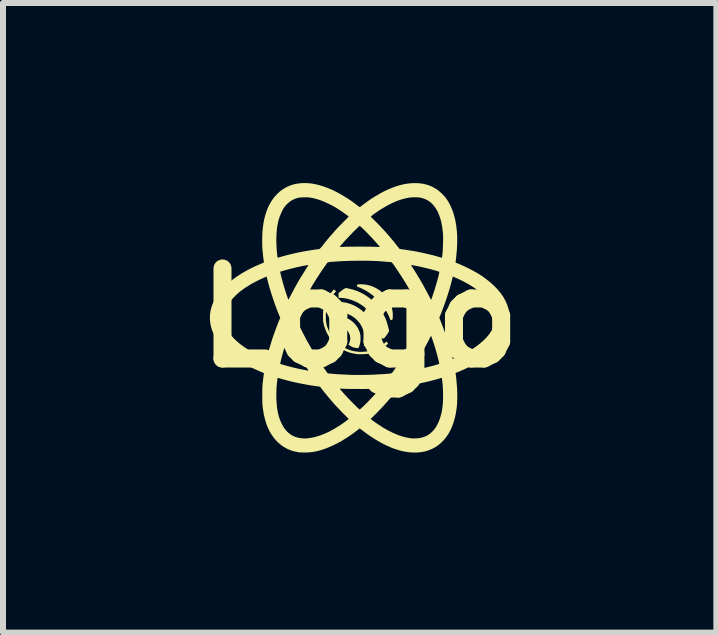
<source format=kicad_pcb>
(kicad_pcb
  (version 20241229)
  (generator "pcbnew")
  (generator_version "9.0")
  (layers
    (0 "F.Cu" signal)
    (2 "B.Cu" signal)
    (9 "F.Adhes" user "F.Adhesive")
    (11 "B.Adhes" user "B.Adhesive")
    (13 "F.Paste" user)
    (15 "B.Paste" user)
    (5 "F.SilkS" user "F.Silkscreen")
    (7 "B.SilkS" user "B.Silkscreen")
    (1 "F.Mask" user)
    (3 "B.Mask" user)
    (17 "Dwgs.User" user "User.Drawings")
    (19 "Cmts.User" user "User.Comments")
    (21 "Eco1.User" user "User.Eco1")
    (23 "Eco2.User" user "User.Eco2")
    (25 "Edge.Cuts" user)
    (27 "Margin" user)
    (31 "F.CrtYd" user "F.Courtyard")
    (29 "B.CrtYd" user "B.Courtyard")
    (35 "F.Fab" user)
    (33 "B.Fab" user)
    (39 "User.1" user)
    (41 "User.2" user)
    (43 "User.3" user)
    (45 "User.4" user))
  (footprint "Logo"
    (layer "F.Cu")
    (at 2.943 2.245)
    (property "Reference" "Logo" (at 0 0 0) (layer "F.SilkS") (effects (font (size 1.5 1.5) (thickness 0.3))))
    (attr board_only exclude_from_pos_files exclude_from_bom)
    (fp_poly (pts (xy -0.287 0.235) (xy -0.267 0.244) (xy -0.25 0.259) (xy -0.241 0.274) (xy -0.233 0.298) (xy -0.231 0.321) (xy -0.237 0.343) (xy -0.247 0.361) (xy -0.262 0.377) (xy -0.282 0.387) (xy -0.304 0.392) (xy -0.329 0.39) (xy -0.33 0.39) (xy -0.348 0.383) (xy -0.366 0.37) (xy -0.38 0.353) (xy -0.383 0.347) (xy -0.389 0.328) (xy -0.39 0.306) (xy -0.386 0.285) (xy -0.378 0.266) (xy -0.37 0.256) (xy -0.353 0.243) (xy -0.336 0.235) (xy -0.316 0.233) (xy -0.313 0.233)) (stroke (width 0) (type solid)) (fill yes) (layer "F.SilkS"))
    (fp_poly (pts (xy -0.188 -0.488) (xy -0.113 -0.47) (xy -0.039 -0.445) (xy 0.031 -0.413) (xy 0.099 -0.374) (xy 0.164 -0.328) (xy 0.224 -0.277) (xy 0.281 -0.221) (xy 0.332 -0.159) (xy 0.368 -0.107) (xy 0.374 -0.097) (xy 0.383 -0.081) (xy 0.393 -0.062) (xy 0.403 -0.042) (xy 0.414 -0.021) (xy 0.423 -0.003) (xy 0.43 0.012) (xy 0.433 0.019) (xy 0.441 0.04) (xy 0.45 0.065) (xy 0.458 0.092) (xy 0.466 0.119) (xy 0.474 0.147) (xy 0.48 0.172) (xy 0.485 0.194) (xy 0.488 0.211) (xy 0.488 0.219) (xy 0.486 0.229) (xy 0.479 0.244) (xy 0.467 0.263) (xy 0.452 0.284) (xy 0.435 0.308) (xy 0.421 0.325) (xy 0.405 0.344) (xy 0.365 0.344) (xy 0.324 0.344) (xy 0.324 0.317) (xy 0.322 0.275) (xy 0.315 0.228) (xy 0.304 0.179) (xy 0.291 0.132) (xy 0.265 0.066) (xy 0.233 0.003) (xy 0.194 -0.055) (xy 0.15 -0.109) (xy 0.1 -0.159) (xy 0.046 -0.203) (xy -0.013 -0.241) (xy -0.076 -0.273) (xy -0.143 -0.299) (xy -0.203 -0.316) (xy -0.237 -0.323) (xy -0.271 -0.328) (xy -0.304 -0.331) (xy -0.327 -0.332) (xy -0.352 -0.332) (xy -0.352 -0.372) (xy -0.352 -0.413) (xy -0.317 -0.44) (xy -0.3 -0.454) (xy -0.282 -0.467) (xy -0.266 -0.478) (xy -0.258 -0.483) (xy -0.232 -0.497)) (stroke (width 0) (type solid)) (fill yes) (layer "F.SilkS"))
    (fp_poly (pts (xy 0.029 -0.558) (xy 0.053 -0.557) (xy 0.079 -0.555) (xy 0.104 -0.552) (xy 0.127 -0.549) (xy 0.127 -0.548) (xy 0.145 -0.544) (xy 0.168 -0.538) (xy 0.193 -0.529) (xy 0.218 -0.52) (xy 0.241 -0.51) (xy 0.254 -0.504) (xy 0.299 -0.479) (xy 0.34 -0.452) (xy 0.378 -0.419) (xy 0.416 -0.382) (xy 0.453 -0.338) (xy 0.453 -0.337) (xy 0.472 -0.31) (xy 0.491 -0.276) (xy 0.508 -0.239) (xy 0.524 -0.199) (xy 0.537 -0.16) (xy 0.545 -0.123) (xy 0.549 -0.099) (xy 0.551 -0.072) (xy 0.552 -0.043) (xy 0.552 -0.016) (xy 0.55 0.007) (xy 0.549 0.012) (xy 0.547 0.024) (xy 0.543 0.031) (xy 0.536 0.034) (xy 0.534 0.035) (xy 0.524 0.038) (xy 0.517 0.038) (xy 0.512 0.032) (xy 0.507 0.022) (xy 0.504 0.015) (xy 0.49 -0.021) (xy 0.471 -0.06) (xy 0.449 -0.101) (xy 0.425 -0.142) (xy 0.4 -0.181) (xy 0.374 -0.216) (xy 0.362 -0.232) (xy 0.315 -0.285) (xy 0.264 -0.335) (xy 0.209 -0.381) (xy 0.152 -0.422) (xy 0.093 -0.458) (xy 0.035 -0.487) (xy 0.02 -0.494) (xy 0.004 -0.501) (xy -0.012 -0.508) (xy -0.022 -0.512) (xy -0.033 -0.517) (xy -0.041 -0.519) (xy -0.043 -0.52) (xy -0.046 -0.523) (xy -0.046 -0.53) (xy -0.044 -0.54) (xy -0.04 -0.549) (xy -0.034 -0.555) (xy -0.034 -0.556) (xy -0.026 -0.558) (xy -0.013 -0.559) (xy 0.006 -0.559)) (stroke (width 0) (type solid)) (fill yes) (layer "F.SilkS"))
    (fp_poly (pts (xy -0.427 -0.469) (xy -0.418 -0.463) (xy -0.41 -0.457) (xy -0.393 -0.442) (xy -0.412 -0.421) (xy -0.454 -0.37) (xy -0.49 -0.315) (xy -0.519 -0.255) (xy -0.541 -0.193) (xy -0.546 -0.176) (xy -0.553 -0.148) (xy -0.558 -0.123) (xy -0.561 -0.098) (xy -0.563 -0.072) (xy -0.564 -0.043) (xy -0.564 -0.018) (xy -0.563 0.033) (xy -0.558 0.079) (xy -0.549 0.122) (xy -0.536 0.165) (xy -0.518 0.208) (xy -0.503 0.24) (xy -0.47 0.299) (xy -0.43 0.353) (xy -0.385 0.402) (xy -0.335 0.446) (xy -0.28 0.483) (xy -0.221 0.515) (xy -0.193 0.526) (xy -0.149 0.543) (xy -0.106 0.554) (xy -0.064 0.562) (xy -0.018 0.566) (xy 0.029 0.568) (xy 0.097 0.564) (xy 0.162 0.553) (xy 0.226 0.535) (xy 0.287 0.509) (xy 0.347 0.475) (xy 0.357 0.468) (xy 0.37 0.459) (xy 0.384 0.448) (xy 0.399 0.436) (xy 0.414 0.425) (xy 0.425 0.414) (xy 0.434 0.406) (xy 0.437 0.402) (xy 0.438 0.402) (xy 0.44 0.398) (xy 0.446 0.4) (xy 0.455 0.407) (xy 0.461 0.412) (xy 0.469 0.422) (xy 0.472 0.429) (xy 0.471 0.431) (xy 0.467 0.437) (xy 0.457 0.446) (xy 0.444 0.458) (xy 0.427 0.471) (xy 0.409 0.485) (xy 0.391 0.498) (xy 0.385 0.502) (xy 0.325 0.537) (xy 0.262 0.566) (xy 0.198 0.587) (xy 0.137 0.6) (xy 0.106 0.604) (xy 0.072 0.606) (xy 0.036 0.607) (xy 0.001 0.608) (xy -0.031 0.606) (xy -0.056 0.604) (xy -0.106 0.595) (xy -0.152 0.584) (xy -0.195 0.57) (xy -0.239 0.552) (xy -0.249 0.547) (xy -0.311 0.514) (xy -0.368 0.474) (xy -0.419 0.429) (xy -0.466 0.379) (xy -0.506 0.324) (xy -0.541 0.264) (xy -0.57 0.2) (xy -0.593 0.132) (xy -0.602 0.094) (xy -0.605 0.077) (xy -0.608 0.062) (xy -0.609 0.045) (xy -0.61 0.026) (xy -0.611 0.002) (xy -0.611 -0.023) (xy -0.611 -0.054) (xy -0.61 -0.082) (xy -0.609 -0.105) (xy -0.607 -0.121) (xy -0.606 -0.125) (xy -0.601 -0.151) (xy -0.594 -0.177) (xy -0.588 -0.203) (xy -0.581 -0.225) (xy -0.575 -0.243) (xy -0.574 -0.247) (xy -0.561 -0.277) (xy -0.547 -0.306) (xy -0.534 -0.333) (xy -0.521 -0.355) (xy -0.516 -0.364) (xy -0.507 -0.376) (xy -0.496 -0.392) (xy -0.483 -0.408) (xy -0.47 -0.425) (xy -0.458 -0.441) (xy -0.446 -0.454) (xy -0.438 -0.464) (xy -0.432 -0.47) (xy -0.432 -0.47)) (stroke (width 0) (type solid)) (fill yes) (layer "F.SilkS"))
    (fp_poly (pts (xy -0.269 -0.259) (xy -0.229 -0.252) (xy -0.188 -0.241) (xy -0.145 -0.227) (xy -0.104 -0.21) (xy -0.096 -0.207) (xy -0.057 -0.186) (xy -0.017 -0.161) (xy 0.022 -0.133) (xy 0.059 -0.102) (xy 0.092 -0.07) (xy 0.12 -0.038) (xy 0.134 -0.02) (xy 0.15 0.004) (xy 0.162 0.023) (xy 0.172 0.039) (xy 0.18 0.053) (xy 0.188 0.069) (xy 0.196 0.084) (xy 0.219 0.139) (xy 0.236 0.194) (xy 0.248 0.249) (xy 0.253 0.308) (xy 0.254 0.348) (xy 0.254 0.383) (xy 0.252 0.412) (xy 0.249 0.435) (xy 0.246 0.451) (xy 0.241 0.459) (xy 0.235 0.463) (xy 0.223 0.469) (xy 0.208 0.475) (xy 0.193 0.481) (xy 0.179 0.485) (xy 0.172 0.487) (xy 0.16 0.487) (xy 0.142 0.484) (xy 0.116 0.477) (xy 0.114 0.477) (xy 0.068 0.464) (xy 0.074 0.44) (xy 0.077 0.423) (xy 0.079 0.4) (xy 0.08 0.373) (xy 0.08 0.344) (xy 0.08 0.315) (xy 0.078 0.288) (xy 0.076 0.266) (xy 0.073 0.251) (xy 0.055 0.193) (xy 0.031 0.139) (xy 0.000256 0.09) (xy -0.037 0.045) (xy -0.079 0.006) (xy -0.128 -0.028) (xy -0.149 -0.041) (xy -0.176 -0.053) (xy -0.206 -0.065) (xy -0.239 -0.076) (xy -0.27 -0.084) (xy -0.287 -0.087) (xy -0.303 -0.089) (xy -0.314 -0.089) (xy -0.322 -0.089) (xy -0.327 -0.086) (xy -0.33 -0.085) (xy -0.34 -0.074) (xy -0.346 -0.061) (xy -0.346 -0.047) (xy -0.341 -0.035) (xy -0.335 -0.029) (xy -0.327 -0.026) (xy -0.314 -0.023) (xy -0.298 -0.019) (xy -0.291 -0.018) (xy -0.239 -0.005) (xy -0.192 0.015) (xy -0.147 0.042) (xy -0.106 0.076) (xy -0.089 0.092) (xy -0.055 0.133) (xy -0.027 0.177) (xy -0.006 0.225) (xy 0.003 0.25) (xy 0.007 0.266) (xy 0.01 0.279) (xy 0.012 0.292) (xy 0.013 0.307) (xy 0.013 0.326) (xy 0.014 0.346) (xy 0.013 0.38) (xy 0.01 0.408) (xy 0.005 0.434) (xy -0.003 0.46) (xy -0.013 0.485) (xy -0.02 0.504) (xy -0.041 0.504) (xy -0.055 0.503) (xy -0.073 0.5) (xy -0.087 0.498) (xy -0.102 0.494) (xy -0.116 0.49) (xy -0.13 0.483) (xy -0.147 0.473) (xy -0.167 0.46) (xy -0.187 0.447) (xy -0.176 0.426) (xy -0.163 0.392) (xy -0.157 0.357) (xy -0.158 0.321) (xy -0.166 0.286) (xy -0.18 0.252) (xy -0.199 0.221) (xy -0.215 0.204) (xy -0.236 0.185) (xy -0.258 0.171) (xy -0.282 0.16) (xy -0.312 0.152) (xy -0.328 0.148) (xy -0.36 0.141) (xy -0.386 0.133) (xy -0.408 0.122) (xy -0.429 0.109) (xy -0.449 0.091) (xy -0.453 0.086) (xy -0.479 0.056) (xy -0.497 0.025) (xy -0.509 -0.008) (xy -0.514 -0.044) (xy -0.514 -0.066) (xy -0.509 -0.106) (xy -0.496 -0.142) (xy -0.478 -0.175) (xy -0.453 -0.205) (xy -0.424 -0.229) (xy -0.39 -0.247) (xy -0.367 -0.255) (xy -0.34 -0.261) (xy -0.307 -0.262)) (stroke (width 0) (type solid)) (fill yes) (layer "F.SilkS"))
    (fp_poly (pts (xy -0.847 -2.242) (xy -0.791 -2.236) (xy -0.707 -2.219) (xy -0.622 -2.195) (xy -0.535 -2.164) (xy -0.446 -2.126) (xy -0.355 -2.08) (xy -0.263 -2.027) (xy -0.182 -1.976) (xy -0.16 -1.961) (xy -0.14 -1.948) (xy -0.122 -1.935) (xy -0.103 -1.921) (xy -0.081 -1.905) (xy -0.056 -1.885) (xy -0.044 -1.876) (xy -0.025 -1.862) (xy -0.012 -1.852) (xy -0.002 -1.847) (xy 0.004 -1.845) (xy 0.008 -1.845) (xy 0.01 -1.848) (xy 0.014 -1.851) (xy 0.023 -1.859) (xy 0.036 -1.869) (xy 0.053 -1.882) (xy 0.071 -1.895) (xy 0.089 -1.909) (xy 0.108 -1.923) (xy 0.124 -1.934) (xy 0.135 -1.942) (xy 0.148 -1.951) (xy 0.159 -1.959) (xy 0.166 -1.964) (xy 0.168 -1.965) (xy 0.172 -1.968) (xy 0.181 -1.974) (xy 0.192 -1.982) (xy 0.204 -1.99) (xy 0.215 -1.997) (xy 0.223 -2.002) (xy 0.223 -2.002) (xy 0.27 -2.03) (xy 0.311 -2.054) (xy 0.347 -2.075) (xy 0.38 -2.093) (xy 0.411 -2.109) (xy 0.441 -2.123) (xy 0.471 -2.137) (xy 0.501 -2.15) (xy 0.534 -2.163) (xy 0.543 -2.167) (xy 0.615 -2.193) (xy 0.683 -2.213) (xy 0.749 -2.228) (xy 0.815 -2.238) (xy 0.881 -2.243) (xy 0.918 -2.244) (xy 0.987 -2.242) (xy 1.051 -2.234) (xy 1.111 -2.22) (xy 1.169 -2.201) (xy 1.225 -2.175) (xy 1.281 -2.142) (xy 1.289 -2.136) (xy 1.309 -2.122) (xy 1.332 -2.103) (xy 1.356 -2.081) (xy 1.381 -2.058) (xy 1.403 -2.034) (xy 1.422 -2.013) (xy 1.433 -2) (xy 1.475 -1.938) (xy 1.512 -1.869) (xy 1.544 -1.796) (xy 1.57 -1.716) (xy 1.592 -1.632) (xy 1.608 -1.542) (xy 1.619 -1.448) (xy 1.625 -1.349) (xy 1.625 -1.245) (xy 1.62 -1.136) (xy 1.609 -1.025) (xy 1.607 -1.002) (xy 1.604 -0.979) (xy 1.602 -0.96) (xy 1.6 -0.945) (xy 1.599 -0.939) (xy 1.598 -0.927) (xy 1.599 -0.921) (xy 1.602 -0.918) (xy 1.606 -0.916) (xy 1.618 -0.912) (xy 1.636 -0.905) (xy 1.658 -0.896) (xy 1.683 -0.884) (xy 1.711 -0.872) (xy 1.74 -0.859) (xy 1.768 -0.846) (xy 1.795 -0.833) (xy 1.82 -0.821) (xy 1.82 -0.821) (xy 1.855 -0.803) (xy 1.891 -0.783) (xy 1.927 -0.764) (xy 1.961 -0.744) (xy 1.993 -0.725) (xy 2.021 -0.707) (xy 2.044 -0.692) (xy 2.057 -0.683) (xy 2.061 -0.679) (xy 2.071 -0.672) (xy 2.084 -0.663) (xy 2.099 -0.651) (xy 2.104 -0.648) (xy 2.177 -0.59) (xy 2.242 -0.531) (xy 2.3 -0.471) (xy 2.351 -0.408) (xy 2.395 -0.345) (xy 2.43 -0.28) (xy 2.459 -0.213) (xy 2.465 -0.195) (xy 2.474 -0.165) (xy 2.482 -0.14) (xy 2.487 -0.116) (xy 2.49 -0.093) (xy 2.493 -0.068) (xy 2.494 -0.04) (xy 2.494 -0.006) (xy 2.494 0) (xy 2.494 0.033) (xy 2.493 0.06) (xy 2.492 0.083) (xy 2.489 0.104) (xy 2.485 0.125) (xy 2.48 0.147) (xy 2.472 0.172) (xy 2.468 0.185) (xy 2.462 0.205) (xy 2.452 0.23) (xy 2.44 0.256) (xy 2.428 0.283) (xy 2.416 0.308) (xy 2.405 0.328) (xy 2.404 0.33) (xy 2.378 0.371) (xy 2.351 0.409) (xy 2.322 0.446) (xy 2.289 0.484) (xy 2.25 0.523) (xy 2.244 0.529) (xy 2.177 0.59) (xy 2.103 0.65) (xy 2.021 0.707) (xy 1.931 0.762) (xy 1.834 0.814) (xy 1.789 0.837) (xy 1.773 0.845) (xy 1.752 0.854) (xy 1.729 0.865) (xy 1.704 0.875) (xy 1.68 0.886) (xy 1.656 0.896) (xy 1.636 0.905) (xy 1.619 0.911) (xy 1.608 0.915) (xy 1.606 0.916) (xy 1.6 0.919) (xy 1.598 0.923) (xy 1.599 0.933) (xy 1.599 0.935) (xy 1.603 0.965) (xy 1.608 1) (xy 1.612 1.04) (xy 1.615 1.081) (xy 1.619 1.122) (xy 1.622 1.161) (xy 1.624 1.196) (xy 1.625 1.213) (xy 1.626 1.246) (xy 1.626 1.282) (xy 1.626 1.319) (xy 1.625 1.357) (xy 1.624 1.393) (xy 1.623 1.426) (xy 1.621 1.454) (xy 1.619 1.473) (xy 1.613 1.523) (xy 1.606 1.568) (xy 1.599 1.608) (xy 1.591 1.645) (xy 1.588 1.658) (xy 1.566 1.738) (xy 1.54 1.811) (xy 1.51 1.878) (xy 1.475 1.94) (xy 1.436 1.996) (xy 1.399 2.04) (xy 1.353 2.086) (xy 1.307 2.125) (xy 1.257 2.158) (xy 1.203 2.186) (xy 1.149 2.208) (xy 1.09 2.226) (xy 1.027 2.238) (xy 0.96 2.245) (xy 0.891 2.246) (xy 0.819 2.24) (xy 0.746 2.229) (xy 0.695 2.218) (xy 0.679 2.214) (xy 0.659 2.208) (xy 0.636 2.201) (xy 0.611 2.193) (xy 0.588 2.186) (xy 0.567 2.179) (xy 0.551 2.173) (xy 0.545 2.17) (xy 0.536 2.167) (xy 0.522 2.161) (xy 0.506 2.154) (xy 0.502 2.152) (xy 0.443 2.126) (xy 0.379 2.094) (xy 0.314 2.058) (xy 0.247 2.018) (xy 0.181 1.975) (xy 0.116 1.93) (xy 0.069 1.895) (xy 0.047 1.878) (xy 0.03 1.865) (xy 0.017 1.856) (xy 0.009 1.85) (xy 0.003 1.846) (xy -0.000078 1.845) (xy -0.002 1.845) (xy -0.004 1.846) (xy -0.005 1.847) (xy -0.017 1.856) (xy -0.033 1.869) (xy -0.052 1.883) (xy -0.071 1.898) (xy -0.091 1.913) (xy -0.109 1.926) (xy -0.124 1.937) (xy -0.135 1.945) (xy -0.139 1.948) (xy -0.153 1.957) (xy -0.167 1.967) (xy -0.174 1.972) (xy -0.183 1.978) (xy -0.197 1.987) (xy -0.214 1.998) (xy -0.233 2.01) (xy -0.242 2.016) (xy -0.261 2.027) (xy -0.278 2.038) (xy -0.292 2.047) (xy -0.302 2.053) (xy -0.305 2.054) (xy -0.317 2.062) (xy -0.335 2.071) (xy -0.358 2.083) (xy -0.383 2.097) (xy -0.411 2.11) (xy -0.412 2.111) (xy -0.483 2.144) (xy -0.55 2.172) (xy -0.614 2.195) (xy -0.677 2.214) (xy -0.741 2.229) (xy -0.764 2.233) (xy -0.793 2.237) (xy -0.827 2.241) (xy -0.864 2.243) (xy -0.901 2.245) (xy -0.938 2.245) (xy -0.972 2.244) (xy -1.001 2.243) (xy -1.016 2.241) (xy -1.085 2.227) (xy -1.15 2.208) (xy -1.21 2.182) (xy -1.266 2.151) (xy -1.319 2.113) (xy -1.37 2.068) (xy -1.379 2.059) (xy -1.424 2.008) (xy -1.465 1.953) (xy -1.501 1.892) (xy -1.532 1.827) (xy -1.559 1.755) (xy -1.581 1.678) (xy -1.6 1.595) (xy -1.614 1.505) (xy -1.614 1.502) (xy -1.617 1.482) (xy -1.618 1.465) (xy -1.62 1.447) (xy -1.621 1.43) (xy -1.622 1.41) (xy -1.622 1.387) (xy -1.623 1.361) (xy -1.623 1.329) (xy -1.389 1.329) (xy -1.385 1.409) (xy -1.378 1.485) (xy -1.368 1.556) (xy -1.355 1.613) (xy -1.339 1.67) (xy -1.318 1.724) (xy -1.294 1.775) (xy -1.268 1.822) (xy -1.239 1.863) (xy -1.209 1.896) (xy -1.171 1.93) (xy -1.131 1.957) (xy -1.088 1.979) (xy -1.04 1.995) (xy -0.988 2.005) (xy -0.951 2.009) (xy -0.937 2.01) (xy -0.926 2.011) (xy -0.914 2.011) (xy -0.901 2.01) (xy -0.883 2.009) (xy -0.869 2.008) (xy -0.801 1.999) (xy -0.731 1.983) (xy -0.658 1.96) (xy -0.582 1.931) (xy -0.505 1.895) (xy -0.426 1.852) (xy -0.346 1.803) (xy -0.298 1.771) (xy -0.279 1.758) (xy -0.26 1.745) (xy -0.241 1.731) (xy -0.223 1.717) (xy -0.207 1.705) (xy -0.195 1.695) (xy -0.187 1.688) (xy -0.184 1.686) (xy 0.184 1.686) (xy 0.187 1.689) (xy 0.195 1.695) (xy 0.208 1.705) (xy 0.224 1.717) (xy 0.242 1.73) (xy 0.261 1.744) (xy 0.28 1.757) (xy 0.298 1.77) (xy 0.305 1.774) (xy 0.386 1.827) (xy 0.466 1.873) (xy 0.545 1.913) (xy 0.621 1.946) (xy 0.695 1.973) (xy 0.767 1.992) (xy 0.836 2.005) (xy 0.861 2.008) (xy 0.889 2.01) (xy 0.921 2.01) (xy 0.954 2.008) (xy 0.985 2.006) (xy 1.012 2.002) (xy 1.014 2.001) (xy 1.067 1.987) (xy 1.116 1.966) (xy 1.161 1.939) (xy 1.203 1.904) (xy 1.241 1.863) (xy 1.274 1.815) (xy 1.301 1.765) (xy 1.318 1.728) (xy 1.333 1.69) (xy 1.346 1.648) (xy 1.359 1.602) (xy 1.367 1.567) (xy 1.375 1.52) (xy 1.382 1.467) (xy 1.387 1.409) (xy 1.389 1.347) (xy 1.39 1.283) (xy 1.388 1.216) (xy 1.385 1.15) (xy 1.379 1.084) (xy 1.379 1.082) (xy 1.377 1.058) (xy 1.374 1.037) (xy 1.372 1.02) (xy 1.371 1.007) (xy 1.37 1.002) (xy 1.37 1.001) (xy 1.366 1.002) (xy 1.356 1.004) (xy 1.342 1.008) (xy 1.336 1.01) (xy 1.317 1.015) (xy 1.294 1.022) (xy 1.267 1.029) (xy 1.234 1.038) (xy 1.194 1.048) (xy 1.184 1.051) (xy 1.132 1.064) (xy 1.075 1.077) (xy 1.013 1.09) (xy 0.948 1.103) (xy 0.882 1.115) (xy 0.817 1.126) (xy 0.754 1.135) (xy 0.718 1.14) (xy 0.698 1.143) (xy 0.681 1.146) (xy 0.669 1.148) (xy 0.663 1.149) (xy 0.663 1.149) (xy 0.66 1.152) (xy 0.653 1.161) (xy 0.644 1.173) (xy 0.632 1.188) (xy 0.629 1.191) (xy 0.616 1.209) (xy 0.603 1.225) (xy 0.591 1.239) (xy 0.583 1.249) (xy 0.583 1.25) (xy 0.574 1.26) (xy 0.567 1.269) (xy 0.564 1.273) (xy 0.559 1.281) (xy 0.552 1.289) (xy 0.547 1.296) (xy 0.537 1.307) (xy 0.525 1.321) (xy 0.511 1.337) (xy 0.506 1.344) (xy 0.469 1.387) (xy 0.432 1.428) (xy 0.396 1.468) (xy 0.381 1.484) (xy 0.371 1.495) (xy 0.358 1.509) (xy 0.343 1.525) (xy 0.327 1.541) (xy 0.312 1.557) (xy 0.298 1.572) (xy 0.287 1.583) (xy 0.28 1.59) (xy 0.279 1.591) (xy 0.275 1.596) (xy 0.266 1.604) (xy 0.254 1.616) (xy 0.239 1.63) (xy 0.229 1.64) (xy 0.214 1.655) (xy 0.201 1.668) (xy 0.191 1.678) (xy 0.185 1.684) (xy 0.184 1.686) (xy -0.184 1.686) (xy -0.184 1.685) (xy -0.186 1.682) (xy -0.194 1.674) (xy -0.205 1.662) (xy -0.22 1.647) (xy -0.238 1.629) (xy -0.257 1.61) (xy -0.295 1.573) (xy -0.331 1.535) (xy -0.366 1.498) (xy -0.399 1.464) (xy -0.427 1.433) (xy -0.438 1.42) (xy -0.449 1.407) (xy -0.463 1.391) (xy -0.476 1.376) (xy -0.477 1.375) (xy -0.489 1.36) (xy -0.505 1.342) (xy -0.524 1.32) (xy -0.546 1.292) (xy -0.573 1.26) (xy -0.576 1.256) (xy -0.593 1.235) (xy -0.609 1.215) (xy -0.624 1.196) (xy -0.635 1.182) (xy -0.332 1.182) (xy -0.332 1.183) (xy -0.329 1.187) (xy -0.321 1.196) (xy -0.31 1.209) (xy -0.296 1.225) (xy -0.279 1.245) (xy -0.26 1.266) (xy -0.26 1.266) (xy -0.24 1.289) (xy -0.217 1.313) (xy -0.193 1.339) (xy -0.168 1.365) (xy -0.143 1.391) (xy -0.117 1.417) (xy -0.093 1.441) (xy -0.07 1.464) (xy -0.05 1.484) (xy -0.032 1.501) (xy -0.017 1.514) (xy -0.007 1.523) (xy -0.000429 1.527) (xy 0.000302 1.527) (xy 0.005 1.525) (xy 0.014 1.517) (xy 0.028 1.505) (xy 0.044 1.49) (xy 0.064 1.472) (xy 0.085 1.451) (xy 0.086 1.45) (xy 0.133 1.404) (xy 0.178 1.357) (xy 0.221 1.311) (xy 0.261 1.268) (xy 0.289 1.234) (xy 0.302 1.22) (xy 0.313 1.207) (xy 0.322 1.197) (xy 0.325 1.194) (xy 0.331 1.186) (xy 0.334 1.181) (xy 0.334 1.181) (xy 0.33 1.18) (xy 0.319 1.181) (xy 0.303 1.181) (xy 0.282 1.182) (xy 0.257 1.183) (xy 0.234 1.184) (xy 0.211 1.185) (xy 0.182 1.185) (xy 0.147 1.186) (xy 0.109 1.186) (xy 0.067 1.187) (xy 0.024 1.187) (xy -0.021 1.186) (xy -0.066 1.186) (xy -0.11 1.186) (xy -0.152 1.185) (xy -0.191 1.185) (xy -0.227 1.184) (xy -0.257 1.183) (xy -0.282 1.182) (xy -0.3 1.181) (xy -0.3 1.181) (xy -0.318 1.18) (xy -0.328 1.181) (xy -0.332 1.182) (xy -0.635 1.182) (xy -0.637 1.18) (xy -0.646 1.167) (xy -0.651 1.16) (xy -0.651 1.16) (xy -0.656 1.154) (xy -0.661 1.15) (xy -0.669 1.147) (xy -0.682 1.145) (xy -0.699 1.143) (xy -0.756 1.135) (xy -0.818 1.126) (xy -0.885 1.114) (xy -0.954 1.101) (xy -1.024 1.087) (xy -1.095 1.072) (xy -1.163 1.056) (xy -1.228 1.039) (xy -1.288 1.023) (xy -1.334 1.009) (xy -1.351 1.005) (xy -1.362 1.003) (xy -1.368 1.005) (xy -1.371 1.01) (xy -1.371 1.016) (xy -1.372 1.022) (xy -1.373 1.034) (xy -1.374 1.05) (xy -1.376 1.069) (xy -1.377 1.072) (xy -1.385 1.16) (xy -1.388 1.246) (xy -1.389 1.329) (xy -1.623 1.329) (xy -1.623 1.329) (xy -1.623 1.29) (xy -1.623 1.287) (xy -1.623 1.248) (xy -1.623 1.215) (xy -1.622 1.188) (xy -1.622 1.165) (xy -1.621 1.144) (xy -1.619 1.124) (xy -1.618 1.105) (xy -1.615 1.084) (xy -1.613 1.06) (xy -1.612 1.055) (xy -1.609 1.028) (xy -1.606 1.002) (xy -1.603 0.98) (xy -1.6 0.961) (xy -1.599 0.948) (xy -1.598 0.945) (xy -1.597 0.933) (xy -1.596 0.924) (xy -1.597 0.922) (xy -1.601 0.919) (xy -1.612 0.915) (xy -1.627 0.908) (xy -1.645 0.9) (xy -1.658 0.895) (xy -1.735 0.861) (xy -1.811 0.825) (xy -1.884 0.787) (xy -1.918 0.767) (xy -1.324 0.767) (xy -1.319 0.769) (xy -1.308 0.773) (xy -1.291 0.779) (xy -1.27 0.785) (xy -1.246 0.792) (xy -1.219 0.799) (xy -1.192 0.807) (xy -1.164 0.814) (xy -1.137 0.821) (xy -1.113 0.827) (xy -1.109 0.828) (xy -1.085 0.834) (xy -1.055 0.841) (xy -1.023 0.848) (xy -0.991 0.855) (xy -0.961 0.861) (xy -0.934 0.866) (xy -0.918 0.869) (xy -0.901 0.872) (xy -0.885 0.875) (xy -0.874 0.878) (xy -0.871 0.879) (xy -0.862 0.881) (xy -0.857 0.879) (xy -0.857 0.874) (xy -0.862 0.864) (xy -0.872 0.849) (xy -0.875 0.844) (xy -0.903 0.801) (xy -0.934 0.751) (xy -0.967 0.698) (xy -1.001 0.641) (xy -1.035 0.582) (xy -1.069 0.522) (xy -1.101 0.463) (xy -1.132 0.407) (xy -1.16 0.353) (xy -1.174 0.325) (xy -1.181 0.311) (xy -1.186 0.305) (xy -1.189 0.305) (xy -1.19 0.305) (xy -1.192 0.311) (xy -1.197 0.323) (xy -1.203 0.34) (xy -1.21 0.361) (xy -1.218 0.384) (xy -1.226 0.409) (xy -1.235 0.435) (xy -1.243 0.459) (xy -1.25 0.482) (xy -1.256 0.501) (xy -1.257 0.504) (xy -1.265 0.534) (xy -1.274 0.565) (xy -1.283 0.597) (xy -1.292 0.629) (xy -1.3 0.659) (xy -1.307 0.688) (xy -1.313 0.713) (xy -1.318 0.735) (xy -1.322 0.752) (xy -1.324 0.763) (xy -1.324 0.767) (xy -1.918 0.767) (xy -1.953 0.747) (xy -2.018 0.707) (xy -2.077 0.667) (xy -2.13 0.628) (xy -2.133 0.626) (xy -2.181 0.585) (xy -2.227 0.543) (xy -2.269 0.502) (xy -2.307 0.462) (xy -2.338 0.424) (xy -2.341 0.42) (xy -2.346 0.414) (xy -2.352 0.407) (xy -2.357 0.399) (xy -2.36 0.395) (xy -2.36 0.395) (xy -2.362 0.39) (xy -2.367 0.384) (xy -2.374 0.375) (xy -2.384 0.359) (xy -2.396 0.34) (xy -2.409 0.318) (xy -2.421 0.295) (xy -2.429 0.279) (xy -2.457 0.215) (xy -2.477 0.15) (xy -2.49 0.083) (xy -2.496 0.016) (xy -2.495 0.01) (xy -2.259 0.01) (xy -2.258 0.037) (xy -2.255 0.06) (xy -2.254 0.066) (xy -2.243 0.11) (xy -2.226 0.155) (xy -2.205 0.2) (xy -2.18 0.243) (xy -2.179 0.244) (xy -2.141 0.294) (xy -2.096 0.344) (xy -2.044 0.394) (xy -1.986 0.442) (xy -1.922 0.489) (xy -1.852 0.535) (xy -1.777 0.579) (xy -1.756 0.59) (xy -1.729 0.604) (xy -1.701 0.618) (xy -1.673 0.632) (xy -1.646 0.645) (xy -1.62 0.657) (xy -1.597 0.667) (xy -1.578 0.675) (xy -1.563 0.681) (xy -1.554 0.684) (xy -1.55 0.684) (xy -1.548 0.68) (xy -1.545 0.669) (xy -1.541 0.654) (xy -1.539 0.645) (xy -1.523 0.581) (xy -1.505 0.511) (xy -1.483 0.439) (xy -1.46 0.364) (xy -1.449 0.332) (xy -1.437 0.297) (xy -1.424 0.259) (xy -1.41 0.22) (xy -1.395 0.18) (xy -1.381 0.142) (xy -1.367 0.105) (xy -1.354 0.073) (xy -1.343 0.045) (xy -1.333 0.023) (xy -1.333 0.023) (xy -1.323 0.000428) (xy -1.324 0.000103) (xy -1.068 0.000103) (xy -1.055 0.028) (xy -1.034 0.073) (xy -1.012 0.121) (xy -0.988 0.17) (xy -0.962 0.221) (xy -0.937 0.27) (xy -0.912 0.318) (xy -0.889 0.363) (xy -0.867 0.402) (xy -0.847 0.436) (xy -0.847 0.437) (xy -0.839 0.451) (xy -0.833 0.462) (xy -0.829 0.469) (xy -0.828 0.47) (xy -0.826 0.474) (xy -0.821 0.483) (xy -0.813 0.497) (xy -0.802 0.515) (xy -0.79 0.535) (xy -0.776 0.557) (xy -0.763 0.58) (xy -0.749 0.603) (xy -0.736 0.624) (xy -0.724 0.643) (xy -0.716 0.656) (xy -0.709 0.668) (xy -0.699 0.683) (xy -0.688 0.701) (xy -0.675 0.72) (xy -0.663 0.738) (xy -0.651 0.756) (xy -0.642 0.77) (xy -0.634 0.781) (xy -0.63 0.787) (xy -0.63 0.787) (xy -0.626 0.792) (xy -0.62 0.802) (xy -0.613 0.813) (xy -0.604 0.826) (xy -0.592 0.843) (xy -0.58 0.86) (xy -0.576 0.865) (xy -0.565 0.881) (xy -0.555 0.895) (xy -0.547 0.907) (xy -0.544 0.911) (xy -0.536 0.921) (xy -0.526 0.926) (xy -0.518 0.927) (xy -0.501 0.929) (xy -0.476 0.932) (xy -0.445 0.934) (xy -0.409 0.937) (xy -0.368 0.94) (xy -0.323 0.942) (xy -0.276 0.945) (xy -0.226 0.947) (xy -0.174 0.95) (xy -0.156 0.951) (xy -0.132 0.951) (xy -0.101 0.952) (xy -0.065 0.952) (xy -0.026 0.952) (xy 0.014 0.952) (xy 0.056 0.952) (xy 0.096 0.951) (xy 0.134 0.951) (xy 0.167 0.95) (xy 0.186 0.949) (xy 0.225 0.948) (xy 0.266 0.946) (xy 0.307 0.943) (xy 0.348 0.941) (xy 0.387 0.939) (xy 0.423 0.936) (xy 0.454 0.934) (xy 0.48 0.932) (xy 0.5 0.93) (xy 0.5 0.93) (xy 0.516 0.927) (xy 0.528 0.925) (xy 0.536 0.92) (xy 0.545 0.912) (xy 0.554 0.9) (xy 0.562 0.889) (xy 0.57 0.877) (xy 0.57 0.876) (xy 0.858 0.876) (xy 0.859 0.879) (xy 0.861 0.879) (xy 0.867 0.878) (xy 0.879 0.877) (xy 0.894 0.874) (xy 0.909 0.872) (xy 0.935 0.867) (xy 0.965 0.861) (xy 0.998 0.853) (xy 1.033 0.845) (xy 1.07 0.837) (xy 1.107 0.828) (xy 1.144 0.819) (xy 1.18 0.81) (xy 1.213 0.801) (xy 1.244 0.793) (xy 1.271 0.785) (xy 1.294 0.778) (xy 1.311 0.773) (xy 1.322 0.769) (xy 1.325 0.766) (xy 1.325 0.762) (xy 1.323 0.75) (xy 1.32 0.733) (xy 1.314 0.711) (xy 1.308 0.685) (xy 1.3 0.655) (xy 1.292 0.623) (xy 1.283 0.59) (xy 1.273 0.555) (xy 1.263 0.521) (xy 1.253 0.488) (xy 1.245 0.461) (xy 1.24 0.444) (xy 1.233 0.424) (xy 1.226 0.402) (xy 1.218 0.38) (xy 1.211 0.358) (xy 1.204 0.338) (xy 1.198 0.321) (xy 1.193 0.309) (xy 1.19 0.303) (xy 1.19 0.302) (xy 1.188 0.304) (xy 1.183 0.312) (xy 1.176 0.324) (xy 1.176 0.325) (xy 1.141 0.392) (xy 1.108 0.454) (xy 1.076 0.512) (xy 1.046 0.566) (xy 1.015 0.62) (xy 1.014 0.622) (xy 1.005 0.637) (xy 0.994 0.655) (xy 0.982 0.675) (xy 0.97 0.696) (xy 0.958 0.715) (xy 0.948 0.733) (xy 0.94 0.746) (xy 0.936 0.752) (xy 0.919 0.778) (xy 0.906 0.799) (xy 0.896 0.814) (xy 0.888 0.826) (xy 0.882 0.836) (xy 0.877 0.844) (xy 0.875 0.847) (xy 0.865 0.862) (xy 0.859 0.871) (xy 0.858 0.876) (xy 0.57 0.876) (xy 0.58 0.862) (xy 0.588 0.852) (xy 0.597 0.838) (xy 0.61 0.819) (xy 0.625 0.797) (xy 0.642 0.771) (xy 0.66 0.745) (xy 0.678 0.718) (xy 0.694 0.692) (xy 0.709 0.669) (xy 0.722 0.65) (xy 0.731 0.636) (xy 0.751 0.603) (xy 0.767 0.576) (xy 0.779 0.556) (xy 0.788 0.542) (xy 0.792 0.535) (xy 0.793 0.533) (xy 0.795 0.529) (xy 0.8 0.52) (xy 0.808 0.507) (xy 0.816 0.493) (xy 0.84 0.452) (xy 0.866 0.406) (xy 0.893 0.357) (xy 0.92 0.307) (xy 0.946 0.258) (xy 0.97 0.211) (xy 0.991 0.168) (xy 0.997 0.157) (xy 1.006 0.137) (xy 1.015 0.119) (xy 1.022 0.104) (xy 1.027 0.093) (xy 1.028 0.092) (xy 1.033 0.081) (xy 1.04 0.066) (xy 1.048 0.049) (xy 1.053 0.039) (xy 1.069 0.001) (xy 1.069 -0.000445) (xy 1.327 -0.000445) (xy 1.344 0.042) (xy 1.377 0.128) (xy 1.407 0.208) (xy 1.434 0.284) (xy 1.459 0.357) (xy 1.481 0.428) (xy 1.502 0.499) (xy 1.522 0.57) (xy 1.54 0.639) (xy 1.551 0.687) (xy 1.574 0.678) (xy 1.59 0.671) (xy 1.609 0.663) (xy 1.619 0.658) (xy 1.709 0.615) (xy 1.793 0.571) (xy 1.871 0.525) (xy 1.942 0.477) (xy 2.006 0.428) (xy 2.063 0.378) (xy 2.114 0.327) (xy 2.157 0.275) (xy 2.193 0.222) (xy 2.222 0.169) (xy 2.243 0.115) (xy 2.254 0.069) (xy 2.261 0.017) (xy 2.259 -0.036) (xy 2.25 -0.089) (xy 2.234 -0.142) (xy 2.209 -0.194) (xy 2.178 -0.246) (xy 2.139 -0.298) (xy 2.092 -0.349) (xy 2.039 -0.4) (xy 1.978 -0.45) (xy 1.91 -0.499) (xy 1.85 -0.538) (xy 1.831 -0.549) (xy 1.81 -0.562) (xy 1.79 -0.573) (xy 1.787 -0.574) (xy 1.769 -0.584) (xy 1.751 -0.594) (xy 1.735 -0.602) (xy 1.733 -0.604) (xy 1.718 -0.611) (xy 1.698 -0.621) (xy 1.674 -0.633) (xy 1.647 -0.645) (xy 1.619 -0.658) (xy 1.592 -0.67) (xy 1.582 -0.674) (xy 1.552 -0.687) (xy 1.541 -0.643) (xy 1.521 -0.565) (xy 1.498 -0.482) (xy 1.471 -0.395) (xy 1.442 -0.306) (xy 1.411 -0.218) (xy 1.378 -0.13) (xy 1.351 -0.06) (xy 1.327 -0.000445) (xy 1.069 -0.000445) (xy 1.06 -0.022) (xy 1.055 -0.032) (xy 1.048 -0.048) (xy 1.038 -0.069) (xy 1.026 -0.094) (xy 1.012 -0.122) (xy 0.997 -0.152) (xy 0.982 -0.183) (xy 0.966 -0.215) (xy 0.951 -0.245) (xy 0.937 -0.273) (xy 0.924 -0.299) (xy 0.913 -0.32) (xy 0.904 -0.337) (xy 0.899 -0.348) (xy 0.889 -0.364) (xy 0.88 -0.381) (xy 0.872 -0.395) (xy 0.871 -0.397) (xy 0.865 -0.408) (xy 0.856 -0.424) (xy 0.845 -0.442) (xy 0.838 -0.455) (xy 0.827 -0.474) (xy 0.816 -0.493) (xy 0.806 -0.511) (xy 0.801 -0.52) (xy 0.778 -0.558) (xy 0.752 -0.602) (xy 0.722 -0.649) (xy 0.691 -0.698) (xy 0.657 -0.749) (xy 0.647 -0.765) (xy 0.622 -0.801) (xy 0.6 -0.834) (xy 0.581 -0.862) (xy 0.572 -0.875) (xy 0.858 -0.875) (xy 0.861 -0.868) (xy 0.868 -0.857) (xy 0.875 -0.847) (xy 0.883 -0.834) (xy 0.892 -0.819) (xy 0.9 -0.807) (xy 0.911 -0.791) (xy 0.921 -0.774) (xy 0.929 -0.762) (xy 0.937 -0.749) (xy 0.945 -0.736) (xy 0.949 -0.729) (xy 0.954 -0.722) (xy 0.961 -0.709) (xy 0.971 -0.692) (xy 0.982 -0.674) (xy 0.988 -0.665) (xy 0.999 -0.647) (xy 1.008 -0.631) (xy 1.015 -0.619) (xy 1.019 -0.612) (xy 1.02 -0.611) (xy 1.021 -0.607) (xy 1.026 -0.599) (xy 1.033 -0.587) (xy 1.035 -0.585) (xy 1.045 -0.568) (xy 1.055 -0.55) (xy 1.062 -0.537) (xy 1.072 -0.519) (xy 1.084 -0.497) (xy 1.097 -0.472) (xy 1.112 -0.446) (xy 1.126 -0.419) (xy 1.139 -0.394) (xy 1.152 -0.37) (xy 1.163 -0.349) (xy 1.171 -0.333) (xy 1.177 -0.321) (xy 1.178 -0.319) (xy 1.185 -0.307) (xy 1.19 -0.301) (xy 1.192 -0.302) (xy 1.194 -0.307) (xy 1.198 -0.318) (xy 1.204 -0.335) (xy 1.211 -0.355) (xy 1.219 -0.379) (xy 1.226 -0.4) (xy 1.238 -0.436) (xy 1.25 -0.474) (xy 1.261 -0.512) (xy 1.273 -0.55) (xy 1.284 -0.587) (xy 1.294 -0.623) (xy 1.303 -0.656) (xy 1.311 -0.687) (xy 1.317 -0.713) (xy 1.322 -0.735) (xy 1.325 -0.752) (xy 1.326 -0.762) (xy 1.325 -0.766) (xy 1.32 -0.768) (xy 1.308 -0.773) (xy 1.291 -0.778) (xy 1.27 -0.785) (xy 1.246 -0.792) (xy 1.22 -0.799) (xy 1.193 -0.807) (xy 1.167 -0.814) (xy 1.142 -0.82) (xy 1.12 -0.825) (xy 1.116 -0.826) (xy 1.102 -0.83) (xy 1.083 -0.834) (xy 1.062 -0.839) (xy 1.049 -0.842) (xy 1.026 -0.847) (xy 1 -0.853) (xy 0.973 -0.858) (xy 0.945 -0.864) (xy 0.919 -0.869) (xy 0.897 -0.873) (xy 0.879 -0.876) (xy 0.874 -0.877) (xy 0.864 -0.878) (xy 0.859 -0.878) (xy 0.858 -0.875) (xy 0.572 -0.875) (xy 0.564 -0.886) (xy 0.551 -0.904) (xy 0.542 -0.916) (xy 0.536 -0.923) (xy 0.535 -0.924) (xy 0.53 -0.925) (xy 0.518 -0.927) (xy 0.5 -0.929) (xy 0.477 -0.931) (xy 0.45 -0.933) (xy 0.42 -0.936) (xy 0.388 -0.938) (xy 0.354 -0.941) (xy 0.321 -0.943) (xy 0.289 -0.945) (xy 0.273 -0.946) (xy 0.216 -0.948) (xy 0.152 -0.95) (xy 0.084 -0.951) (xy 0.011 -0.951) (xy -0.063 -0.95) (xy -0.138 -0.949) (xy -0.212 -0.947) (xy -0.285 -0.944) (xy -0.354 -0.94) (xy -0.417 -0.936) (xy -0.428 -0.935) (xy -0.459 -0.933) (xy -0.483 -0.931) (xy -0.502 -0.929) (xy -0.516 -0.927) (xy -0.526 -0.925) (xy -0.533 -0.922) (xy -0.538 -0.918) (xy -0.543 -0.912) (xy -0.548 -0.905) (xy -0.552 -0.899) (xy -0.635 -0.78) (xy -0.711 -0.664) (xy -0.782 -0.55) (xy -0.848 -0.436) (xy -0.887 -0.365) (xy -0.896 -0.348) (xy -0.905 -0.331) (xy -0.913 -0.317) (xy -0.914 -0.314) (xy -0.922 -0.301) (xy -0.932 -0.281) (xy -0.944 -0.257) (xy -0.957 -0.23) (xy -0.972 -0.2) (xy -0.987 -0.17) (xy -1.002 -0.14) (xy -1.015 -0.112) (xy -1.028 -0.086) (xy -1.038 -0.065) (xy -1.045 -0.05) (xy -1.068 0.000103) (xy -1.324 0.000103) (xy -1.339 -0.036) (xy -1.354 -0.072) (xy -1.371 -0.115) (xy -1.389 -0.162) (xy -1.407 -0.211) (xy -1.425 -0.262) (xy -1.442 -0.313) (xy -1.458 -0.361) (xy -1.471 -0.4) (xy -1.478 -0.424) (xy -1.485 -0.446) (xy -1.491 -0.465) (xy -1.495 -0.48) (xy -1.498 -0.488) (xy -1.503 -0.506) (xy -1.51 -0.53) (xy -1.517 -0.557) (xy -1.525 -0.585) (xy -1.532 -0.613) (xy -1.537 -0.635) (xy -1.541 -0.652) (xy -1.545 -0.667) (xy -1.548 -0.678) (xy -1.549 -0.683) (xy -1.552 -0.684) (xy -1.561 -0.683) (xy -1.571 -0.678) (xy -1.587 -0.672) (xy -1.603 -0.665) (xy -1.609 -0.662) (xy -1.627 -0.654) (xy -1.651 -0.643) (xy -1.677 -0.63) (xy -1.707 -0.615) (xy -1.736 -0.6) (xy -1.765 -0.585) (xy -1.791 -0.571) (xy -1.845 -0.539) (xy -1.899 -0.505) (xy -1.951 -0.469) (xy -2 -0.432) (xy -2.024 -0.412) (xy -2.034 -0.403) (xy -2.047 -0.391) (xy -2.063 -0.375) (xy -2.08 -0.358) (xy -2.098 -0.34) (xy -2.115 -0.322) (xy -2.13 -0.306) (xy -2.142 -0.293) (xy -2.151 -0.284) (xy -2.153 -0.28) (xy -2.16 -0.27) (xy -2.169 -0.256) (xy -2.179 -0.242) (xy -2.179 -0.242) (xy -2.203 -0.203) (xy -2.224 -0.161) (xy -2.241 -0.118) (xy -2.252 -0.076) (xy -2.254 -0.065) (xy -2.257 -0.044) (xy -2.258 -0.018) (xy -2.259 0.01) (xy -2.495 0.01) (xy -2.494 -0.05) (xy -2.485 -0.117) (xy -2.468 -0.181) (xy -2.465 -0.193) (xy -2.437 -0.262) (xy -2.402 -0.329) (xy -2.359 -0.395) (xy -2.309 -0.459) (xy -2.251 -0.521) (xy -2.186 -0.581) (xy -2.112 -0.64) (xy -2.032 -0.698) (xy -2.031 -0.698) (xy -1.968 -0.738) (xy -1.926 -0.763) (xy -1.324 -0.763) (xy -1.322 -0.751) (xy -1.318 -0.734) (xy -1.313 -0.711) (xy -1.306 -0.684) (xy -1.298 -0.654) (xy -1.289 -0.621) (xy -1.28 -0.585) (xy -1.269 -0.549) (xy -1.259 -0.512) (xy -1.256 -0.502) (xy -1.248 -0.478) (xy -1.24 -0.452) (xy -1.232 -0.425) (xy -1.223 -0.399) (xy -1.214 -0.373) (xy -1.206 -0.35) (xy -1.199 -0.33) (xy -1.194 -0.315) (xy -1.19 -0.306) (xy -1.189 -0.304) (xy -1.186 -0.304) (xy -1.181 -0.312) (xy -1.176 -0.32) (xy -1.168 -0.336) (xy -1.159 -0.353) (xy -1.155 -0.361) (xy -1.133 -0.404) (xy -1.112 -0.442) (xy -1.094 -0.477) (xy -1.076 -0.509) (xy -1.059 -0.541) (xy -1.045 -0.565) (xy -1.03 -0.591) (xy -1.018 -0.613) (xy -1.007 -0.631) (xy -0.998 -0.646) (xy -0.989 -0.662) (xy -0.979 -0.678) (xy -0.967 -0.697) (xy -0.952 -0.72) (xy -0.943 -0.736) (xy -0.93 -0.756) (xy -0.918 -0.775) (xy -0.908 -0.791) (xy -0.901 -0.803) (xy -0.897 -0.81) (xy -0.891 -0.819) (xy -0.883 -0.832) (xy -0.873 -0.847) (xy -0.87 -0.851) (xy -0.851 -0.88) (xy -0.872 -0.877) (xy -0.885 -0.875) (xy -0.905 -0.872) (xy -0.931 -0.867) (xy -0.961 -0.861) (xy -0.995 -0.853) (xy -1.032 -0.846) (xy -1.039 -0.844) (xy -1.059 -0.84) (xy -1.083 -0.834) (xy -1.11 -0.827) (xy -1.139 -0.82) (xy -1.169 -0.812) (xy -1.199 -0.804) (xy -1.228 -0.796) (xy -1.255 -0.789) (xy -1.278 -0.782) (xy -1.298 -0.776) (xy -1.313 -0.772) (xy -1.322 -0.768) (xy -1.324 -0.767) (xy -1.324 -0.763) (xy -1.926 -0.763) (xy -1.899 -0.778) (xy -1.827 -0.817) (xy -1.753 -0.853) (xy -1.68 -0.885) (xy -1.668 -0.89) (xy -1.643 -0.901) (xy -1.624 -0.909) (xy -1.611 -0.914) (xy -1.602 -0.919) (xy -1.597 -0.922) (xy -1.595 -0.924) (xy -1.595 -0.926) (xy -1.596 -0.929) (xy -1.597 -0.936) (xy -1.599 -0.95) (xy -1.602 -0.97) (xy -1.605 -0.993) (xy -1.608 -1.02) (xy -1.611 -1.048) (xy -1.614 -1.076) (xy -1.617 -1.104) (xy -1.619 -1.13) (xy -1.621 -1.153) (xy -1.622 -1.164) (xy -1.623 -1.192) (xy -1.624 -1.225) (xy -1.624 -1.263) (xy -1.624 -1.303) (xy -1.624 -1.317) (xy -1.389 -1.317) (xy -1.388 -1.235) (xy -1.383 -1.147) (xy -1.377 -1.072) (xy -1.374 -1.047) (xy -1.372 -1.028) (xy -1.37 -1.015) (xy -1.368 -1.007) (xy -1.366 -1.003) (xy -1.364 -1.001) (xy -1.36 -1.002) (xy -1.36 -1.002) (xy -1.354 -1.003) (xy -1.342 -1.007) (xy -1.326 -1.012) (xy -1.307 -1.017) (xy -1.299 -1.02) (xy -1.268 -1.028) (xy -1.233 -1.038) (xy -1.194 -1.048) (xy -1.153 -1.058) (xy -1.112 -1.068) (xy -1.071 -1.077) (xy -1.034 -1.085) (xy -0.999 -1.093) (xy -0.97 -1.098) (xy -0.955 -1.101) (xy -0.94 -1.104) (xy -0.921 -1.107) (xy -0.901 -1.111) (xy -0.897 -1.111) (xy -0.856 -1.118) (xy -0.816 -1.125) (xy -0.779 -1.131) (xy -0.745 -1.136) (xy -0.717 -1.14) (xy -0.707 -1.141) (xy -0.695 -1.142) (xy -0.685 -1.143) (xy -0.677 -1.145) (xy -0.67 -1.148) (xy -0.663 -1.152) (xy -0.656 -1.159) (xy -0.647 -1.168) (xy -0.635 -1.181) (xy -0.635 -1.182) (xy -0.332 -1.182) (xy -0.328 -1.182) (xy -0.318 -1.181) (xy -0.302 -1.181) (xy -0.283 -1.182) (xy -0.261 -1.182) (xy -0.242 -1.183) (xy -0.216 -1.184) (xy -0.185 -1.184) (xy -0.15 -1.185) (xy -0.112 -1.185) (xy -0.071 -1.185) (xy -0.03 -1.186) (xy 0 -1.186) (xy 0.041 -1.186) (xy 0.082 -1.185) (xy 0.122 -1.185) (xy 0.16 -1.185) (xy 0.195 -1.184) (xy 0.225 -1.183) (xy 0.25 -1.183) (xy 0.263 -1.182) (xy 0.289 -1.181) (xy 0.308 -1.18) (xy 0.321 -1.18) (xy 0.328 -1.181) (xy 0.332 -1.181) (xy 0.333 -1.183) (xy 0.332 -1.185) (xy 0.331 -1.187) (xy 0.328 -1.192) (xy 0.321 -1.2) (xy 0.312 -1.211) (xy 0.299 -1.226) (xy 0.282 -1.245) (xy 0.26 -1.27) (xy 0.246 -1.285) (xy 0.228 -1.305) (xy 0.208 -1.328) (xy 0.185 -1.351) (xy 0.161 -1.376) (xy 0.137 -1.401) (xy 0.113 -1.426) (xy 0.09 -1.449) (xy 0.068 -1.471) (xy 0.048 -1.49) (xy 0.03 -1.507) (xy 0.016 -1.519) (xy 0.006 -1.528) (xy 0.001 -1.531) (xy 0.001 -1.531) (xy -0.004 -1.529) (xy -0.014 -1.521) (xy -0.027 -1.508) (xy -0.044 -1.492) (xy -0.064 -1.472) (xy -0.087 -1.45) (xy -0.111 -1.426) (xy -0.136 -1.4) (xy -0.162 -1.373) (xy -0.187 -1.346) (xy -0.212 -1.32) (xy -0.236 -1.294) (xy -0.258 -1.271) (xy -0.277 -1.249) (xy -0.289 -1.234) (xy -0.301 -1.221) (xy -0.312 -1.208) (xy -0.321 -1.198) (xy -0.323 -1.195) (xy -0.329 -1.188) (xy -0.332 -1.183) (xy -0.332 -1.182) (xy -0.635 -1.182) (xy -0.621 -1.199) (xy -0.604 -1.221) (xy -0.587 -1.242) (xy -0.571 -1.263) (xy -0.556 -1.281) (xy -0.544 -1.296) (xy -0.534 -1.308) (xy -0.529 -1.315) (xy -0.528 -1.316) (xy -0.524 -1.32) (xy -0.517 -1.328) (xy -0.507 -1.34) (xy -0.502 -1.346) (xy -0.468 -1.385) (xy -0.438 -1.419) (xy -0.411 -1.45) (xy -0.385 -1.479) (xy -0.36 -1.506) (xy -0.334 -1.533) (xy -0.306 -1.561) (xy -0.276 -1.592) (xy -0.256 -1.612) (xy -0.232 -1.635) (xy -0.213 -1.654) (xy -0.2 -1.668) (xy -0.191 -1.679) (xy -0.188 -1.683) (xy 0.186 -1.683) (xy 0.186 -1.683) (xy 0.19 -1.678) (xy 0.199 -1.67) (xy 0.211 -1.658) (xy 0.225 -1.644) (xy 0.234 -1.635) (xy 0.253 -1.617) (xy 0.271 -1.599) (xy 0.291 -1.579) (xy 0.312 -1.557) (xy 0.336 -1.532) (xy 0.364 -1.502) (xy 0.383 -1.482) (xy 0.394 -1.47) (xy 0.409 -1.454) (xy 0.426 -1.435) (xy 0.445 -1.414) (xy 0.463 -1.393) (xy 0.48 -1.374) (xy 0.494 -1.357) (xy 0.503 -1.348) (xy 0.51 -1.34) (xy 0.519 -1.328) (xy 0.527 -1.318) (xy 0.537 -1.306) (xy 0.547 -1.295) (xy 0.552 -1.289) (xy 0.559 -1.28) (xy 0.569 -1.269) (xy 0.574 -1.262) (xy 0.582 -1.252) (xy 0.588 -1.244) (xy 0.591 -1.241) (xy 0.594 -1.236) (xy 0.602 -1.227) (xy 0.612 -1.214) (xy 0.624 -1.198) (xy 0.628 -1.193) (xy 0.64 -1.178) (xy 0.651 -1.164) (xy 0.66 -1.154) (xy 0.664 -1.149) (xy 0.665 -1.148) (xy 0.67 -1.147) (xy 0.681 -1.145) (xy 0.696 -1.143) (xy 0.706 -1.141) (xy 0.744 -1.136) (xy 0.787 -1.13) (xy 0.834 -1.122) (xy 0.881 -1.115) (xy 0.927 -1.107) (xy 0.97 -1.099) (xy 0.977 -1.097) (xy 0.998 -1.093) (xy 1.024 -1.087) (xy 1.053 -1.081) (xy 1.085 -1.074) (xy 1.118 -1.066) (xy 1.151 -1.058) (xy 1.183 -1.051) (xy 1.212 -1.044) (xy 1.237 -1.038) (xy 1.258 -1.032) (xy 1.272 -1.028) (xy 1.275 -1.027) (xy 1.302 -1.019) (xy 1.326 -1.012) (xy 1.346 -1.006) (xy 1.361 -1.002) (xy 1.368 -1.001) (xy 1.37 -1.004) (xy 1.372 -1.012) (xy 1.373 -1.013) (xy 1.376 -1.037) (xy 1.38 -1.068) (xy 1.383 -1.104) (xy 1.385 -1.144) (xy 1.387 -1.187) (xy 1.389 -1.23) (xy 1.39 -1.273) (xy 1.39 -1.314) (xy 1.39 -1.352) (xy 1.389 -1.386) (xy 1.387 -1.411) (xy 1.378 -1.493) (xy 1.365 -1.568) (xy 1.349 -1.637) (xy 1.328 -1.701) (xy 1.304 -1.759) (xy 1.275 -1.812) (xy 1.251 -1.848) (xy 1.216 -1.891) (xy 1.177 -1.927) (xy 1.133 -1.957) (xy 1.085 -1.98) (xy 1.032 -1.997) (xy 1.009 -2.002) (xy 0.985 -2.006) (xy 0.956 -2.007) (xy 0.924 -2.008) (xy 0.891 -2.007) (xy 0.858 -2.006) (xy 0.828 -2.003) (xy 0.811 -2) (xy 0.745 -1.986) (xy 0.679 -1.967) (xy 0.613 -1.943) (xy 0.545 -1.913) (xy 0.475 -1.878) (xy 0.401 -1.836) (xy 0.393 -1.831) (xy 0.363 -1.813) (xy 0.333 -1.794) (xy 0.304 -1.775) (xy 0.277 -1.756) (xy 0.252 -1.739) (xy 0.23 -1.723) (xy 0.212 -1.709) (xy 0.198 -1.697) (xy 0.189 -1.688) (xy 0.186 -1.683) (xy -0.188 -1.683) (xy -0.186 -1.685) (xy -0.185 -1.689) (xy -0.185 -1.69) (xy -0.19 -1.693) (xy -0.2 -1.701) (xy -0.213 -1.711) (xy -0.227 -1.721) (xy -0.258 -1.744) (xy -0.293 -1.768) (xy -0.329 -1.792) (xy -0.365 -1.815) (xy -0.397 -1.836) (xy -0.408 -1.842) (xy -0.427 -1.853) (xy -0.442 -1.861) (xy -0.456 -1.869) (xy -0.471 -1.877) (xy -0.488 -1.885) (xy -0.51 -1.896) (xy -0.518 -1.9) (xy -0.594 -1.935) (xy -0.666 -1.963) (xy -0.736 -1.984) (xy -0.802 -1.999) (xy -0.836 -2.004) (xy -0.864 -2.007) (xy -0.896 -2.008) (xy -0.929 -2.007) (xy -0.962 -2.006) (xy -0.993 -2.003) (xy -1.02 -2) (xy -1.035 -1.996) (xy -1.087 -1.979) (xy -1.136 -1.954) (xy -1.153 -1.943) (xy -1.168 -1.932) (xy -1.186 -1.917) (xy -1.204 -1.901) (xy -1.22 -1.885) (xy -1.234 -1.87) (xy -1.244 -1.858) (xy -1.245 -1.856) (xy -1.252 -1.846) (xy -1.26 -1.835) (xy -1.263 -1.831) (xy -1.274 -1.815) (xy -1.286 -1.792) (xy -1.299 -1.765) (xy -1.312 -1.735) (xy -1.325 -1.704) (xy -1.337 -1.673) (xy -1.347 -1.643) (xy -1.354 -1.617) (xy -1.355 -1.612) (xy -1.37 -1.542) (xy -1.38 -1.47) (xy -1.386 -1.395) (xy -1.389 -1.317) (xy -1.624 -1.317) (xy -1.624 -1.336) (xy -1.621 -1.42) (xy -1.614 -1.498) (xy -1.604 -1.57) (xy -1.591 -1.64) (xy -1.574 -1.706) (xy -1.553 -1.771) (xy -1.536 -1.818) (xy -1.505 -1.885) (xy -1.469 -1.947) (xy -1.428 -2.004) (xy -1.382 -2.056) (xy -1.332 -2.103) (xy -1.278 -2.143) (xy -1.22 -2.177) (xy -1.16 -2.204) (xy -1.096 -2.224) (xy -1.096 -2.224) (xy -1.038 -2.236) (xy -0.976 -2.243) (xy -0.912 -2.245)) (stroke (width 0) (type solid)) (fill yes) (layer "F.SilkS")))
  (gr_rect
    (start -3 -3)
    (end 8.886 7.49)
    (stroke (width 0.1) (type default))
    (fill no)
    (layer "Edge.Cuts")))
</source>
